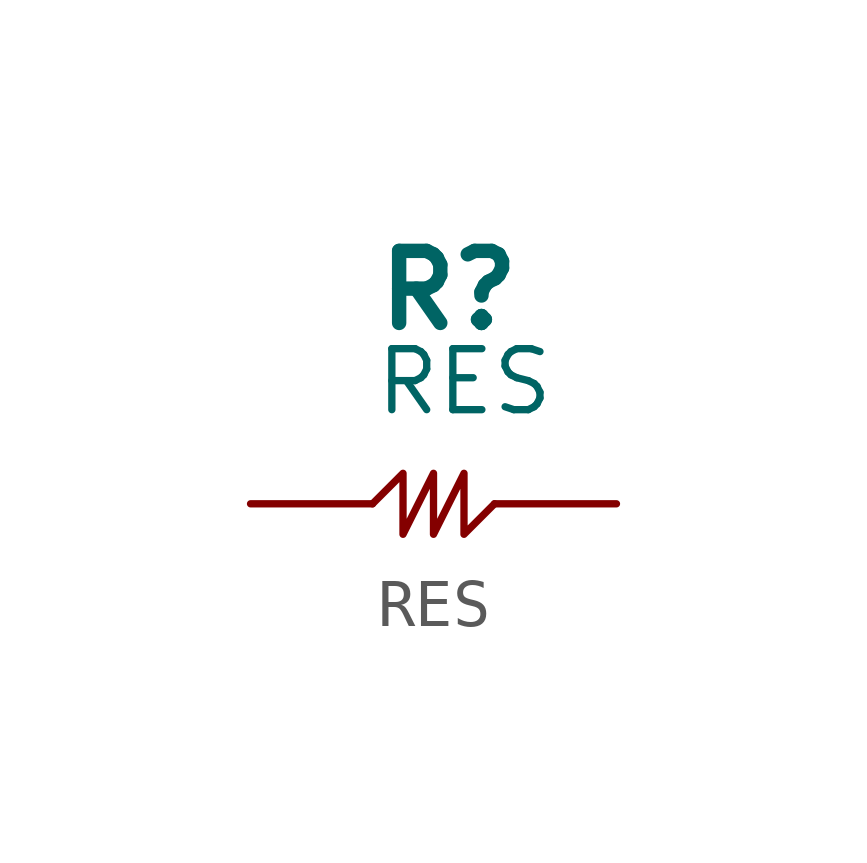
<source format=kicad_sym>
(kicad_symbol_lib
  (version 20231120)
  (generator "kicad_symbol_editor")
  (generator_version "8.0")
  (symbol "RES"
    (pin_numbers hide)
    (pin_names hide)
    (property "Reference" "R"
      (at 0 1.905 0)
      (effects (font (size 1.5 1.5) (bold yes)) (justify left)))
    (property "Value" "RES"
      (at 0 0 0)
      (effects (font (size 1.27 1.27)) (justify left)))
    (symbol "RES_0_1"
      (polyline (pts (xy 0 -2.54) (xy 0.635 -1.905) (xy 0.635 -3.175) (xy 1.27 -1.905) (xy 1.27 -3.175) (xy 1.905 -1.905) (xy 1.905 -3.175) (xy 2.54 -2.54)) (stroke (width 0) (type default)) (fill (type none))))
    (symbol "RES_1_1"
      (pin bidirectional line (at -2.54 -2.54 0) (length 2.54) (name "1" (effects (font (size 1.27 1.27)))) (number "1" (effects (font (size 1.27 1.27)))))
      (pin bidirectional line (at 5.08 -2.54 180) (length 2.54) (name "2" (effects (font (size 1.27 1.27)))) (number "2" (effects (font (size 1.27 1.27))))))))
</source>
